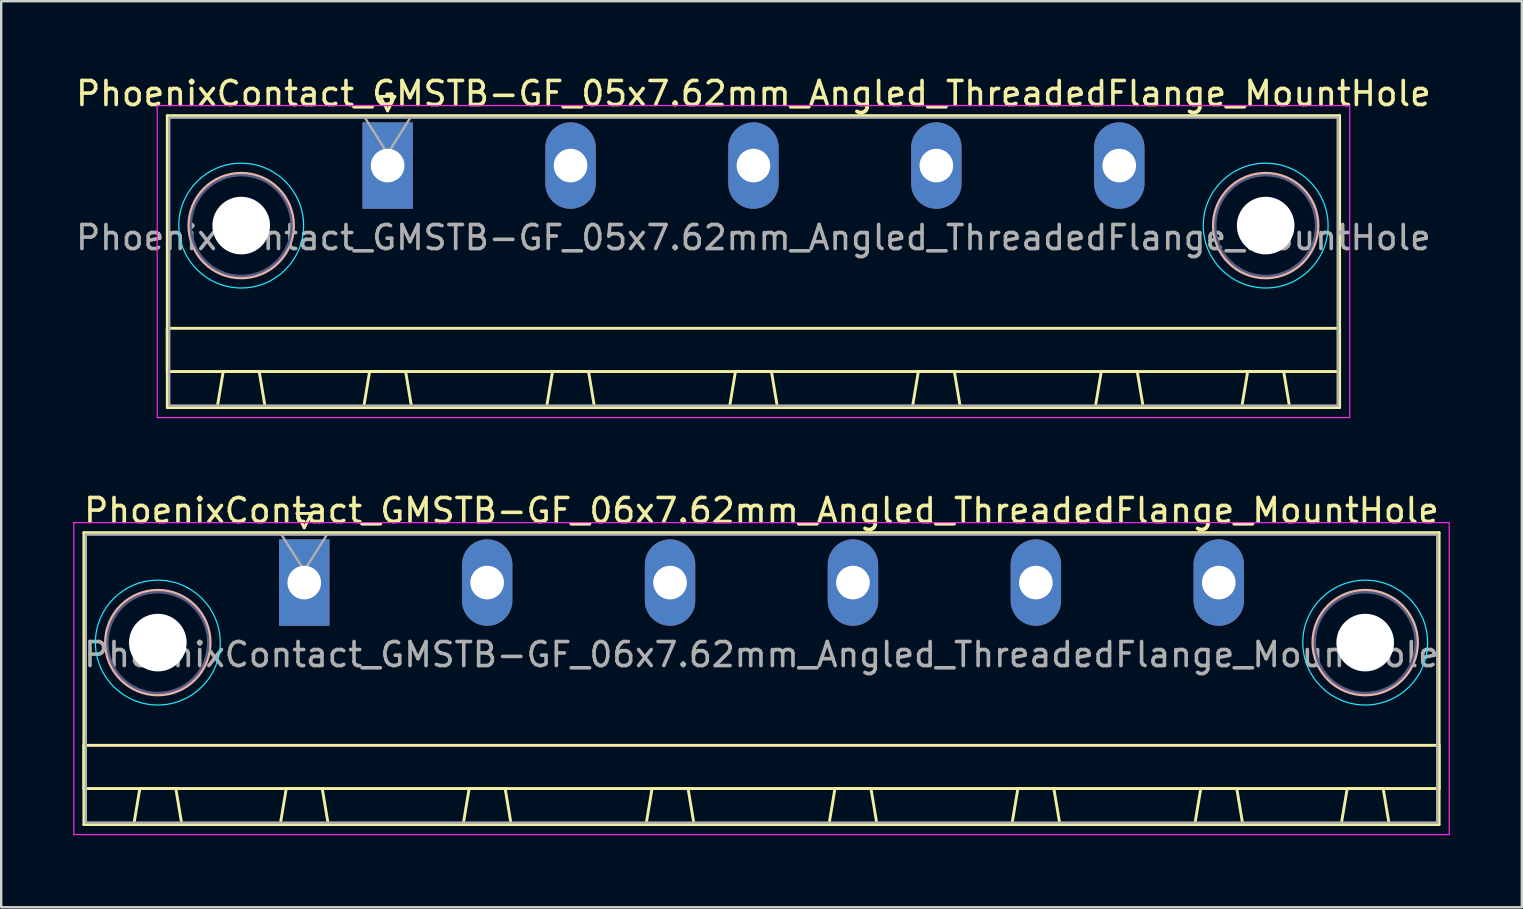
<source format=kicad_pcb>
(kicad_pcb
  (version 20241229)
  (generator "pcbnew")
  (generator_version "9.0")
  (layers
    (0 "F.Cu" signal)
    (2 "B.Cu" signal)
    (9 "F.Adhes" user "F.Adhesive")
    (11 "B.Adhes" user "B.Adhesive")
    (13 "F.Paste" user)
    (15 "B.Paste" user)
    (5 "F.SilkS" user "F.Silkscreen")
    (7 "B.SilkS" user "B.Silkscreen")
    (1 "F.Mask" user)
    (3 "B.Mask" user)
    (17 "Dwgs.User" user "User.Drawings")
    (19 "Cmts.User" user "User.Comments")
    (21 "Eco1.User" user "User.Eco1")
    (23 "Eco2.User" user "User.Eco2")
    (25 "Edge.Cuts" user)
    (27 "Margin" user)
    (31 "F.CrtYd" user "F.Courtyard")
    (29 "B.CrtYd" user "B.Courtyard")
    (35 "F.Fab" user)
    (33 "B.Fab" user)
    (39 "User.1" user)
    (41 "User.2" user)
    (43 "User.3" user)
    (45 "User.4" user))
  (footprint "PhoenixContact_GMSTB-GF_05x7.62mm_Angled_ThreadedFlange_MountHole"
    (layer "F.Cu")
    (at 13.099 3.848)
    (property "Reference" "PhoenixContact_GMSTB-GF_05x7.62mm_Angled_ThreadedFlange_MountHole" (at 15.24 -3 0) (layer "F.SilkS") (effects (font (size 1 1) (thickness 0.15))))
    (attr through_hole)
    (fp_line (start -9.18 -2.08) (end -9.18 10.08) (stroke (width 0.12) (type solid)) (layer "F.SilkS"))
    (fp_line (start -9.18 6.78) (end 39.66 6.78) (stroke (width 0.12) (type solid)) (layer "F.SilkS"))
    (fp_line (start -9.18 8.58) (end -9.18 6.78) (stroke (width 0.12) (type solid)) (layer "F.SilkS"))
    (fp_line (start -9.18 10.08) (end 39.66 10.08) (stroke (width 0.12) (type solid)) (layer "F.SilkS"))
    (fp_line (start -7.1 10.08) (end -5.1 10.08) (stroke (width 0.12) (type solid)) (layer "F.SilkS"))
    (fp_line (start -6.85 8.58) (end -7.1 10.08) (stroke (width 0.12) (type solid)) (layer "F.SilkS"))
    (fp_line (start -5.35 8.58) (end -6.85 8.58) (stroke (width 0.12) (type solid)) (layer "F.SilkS"))
    (fp_line (start -5.1 10.08) (end -5.35 8.58) (stroke (width 0.12) (type solid)) (layer "F.SilkS"))
    (fp_line (start -1 10.08) (end 1 10.08) (stroke (width 0.12) (type solid)) (layer "F.SilkS"))
    (fp_line (start -0.75 8.58) (end -1 10.08) (stroke (width 0.12) (type solid)) (layer "F.SilkS"))
    (fp_line (start -0.3 -2.88) (end 0.3 -2.88) (stroke (width 0.12) (type solid)) (layer "F.SilkS"))
    (fp_line (start 0 -2.28) (end -0.3 -2.88) (stroke (width 0.12) (type solid)) (layer "F.SilkS"))
    (fp_line (start 0.3 -2.88) (end 0 -2.28) (stroke (width 0.12) (type solid)) (layer "F.SilkS"))
    (fp_line (start 0.75 8.58) (end -0.75 8.58) (stroke (width 0.12) (type solid)) (layer "F.SilkS"))
    (fp_line (start 1 10.08) (end 0.75 8.58) (stroke (width 0.12) (type solid)) (layer "F.SilkS"))
    (fp_line (start 6.62 10.08) (end 8.62 10.08) (stroke (width 0.12) (type solid)) (layer "F.SilkS"))
    (fp_line (start 6.87 8.58) (end 6.62 10.08) (stroke (width 0.12) (type solid)) (layer "F.SilkS"))
    (fp_line (start 8.37 8.58) (end 6.87 8.58) (stroke (width 0.12) (type solid)) (layer "F.SilkS"))
    (fp_line (start 8.62 10.08) (end 8.37 8.58) (stroke (width 0.12) (type solid)) (layer "F.SilkS"))
    (fp_line (start 14.24 10.08) (end 16.24 10.08) (stroke (width 0.12) (type solid)) (layer "F.SilkS"))
    (fp_line (start 14.49 8.58) (end 14.24 10.08) (stroke (width 0.12) (type solid)) (layer "F.SilkS"))
    (fp_line (start 15.99 8.58) (end 14.49 8.58) (stroke (width 0.12) (type solid)) (layer "F.SilkS"))
    (fp_line (start 16.24 10.08) (end 15.99 8.58) (stroke (width 0.12) (type solid)) (layer "F.SilkS"))
    (fp_line (start 21.86 10.08) (end 23.86 10.08) (stroke (width 0.12) (type solid)) (layer "F.SilkS"))
    (fp_line (start 22.11 8.58) (end 21.86 10.08) (stroke (width 0.12) (type solid)) (layer "F.SilkS"))
    (fp_line (start 23.61 8.58) (end 22.11 8.58) (stroke (width 0.12) (type solid)) (layer "F.SilkS"))
    (fp_line (start 23.86 10.08) (end 23.61 8.58) (stroke (width 0.12) (type solid)) (layer "F.SilkS"))
    (fp_line (start 29.48 10.08) (end 31.48 10.08) (stroke (width 0.12) (type solid)) (layer "F.SilkS"))
    (fp_line (start 29.73 8.58) (end 29.48 10.08) (stroke (width 0.12) (type solid)) (layer "F.SilkS"))
    (fp_line (start 31.23 8.58) (end 29.73 8.58) (stroke (width 0.12) (type solid)) (layer "F.SilkS"))
    (fp_line (start 31.48 10.08) (end 31.23 8.58) (stroke (width 0.12) (type solid)) (layer "F.SilkS"))
    (fp_line (start 35.58 10.08) (end 37.58 10.08) (stroke (width 0.12) (type solid)) (layer "F.SilkS"))
    (fp_line (start 35.83 8.58) (end 35.58 10.08) (stroke (width 0.12) (type solid)) (layer "F.SilkS"))
    (fp_line (start 37.33 8.58) (end 35.83 8.58) (stroke (width 0.12) (type solid)) (layer "F.SilkS"))
    (fp_line (start 37.58 10.08) (end 37.33 8.58) (stroke (width 0.12) (type solid)) (layer "F.SilkS"))
    (fp_line (start 39.66 -2.08) (end -9.18 -2.08) (stroke (width 0.12) (type solid)) (layer "F.SilkS"))
    (fp_line (start 39.66 6.78) (end 39.66 8.58) (stroke (width 0.12) (type solid)) (layer "F.SilkS"))
    (fp_line (start 39.66 8.58) (end -9.18 8.58) (stroke (width 0.12) (type solid)) (layer "F.SilkS"))
    (fp_line (start 39.66 10.08) (end 39.66 -2.08) (stroke (width 0.12) (type solid)) (layer "F.SilkS"))
    (fp_circle (center -6.1 2.5) (end -3.92 2.5) (stroke (width 0.12) (type solid)) (fill no) (layer "B.SilkS"))
    (fp_circle (center 36.58 2.5) (end 38.76 2.5) (stroke (width 0.12) (type solid)) (fill no) (layer "B.SilkS"))
    (fp_circle (center -6.1 2.5) (end -3.5 2.5) (stroke (width 0.05) (type solid)) (fill no) (layer "B.CrtYd"))
    (fp_circle (center 36.58 2.5) (end 39.18 2.5) (stroke (width 0.05) (type solid)) (fill no) (layer "B.CrtYd"))
    (fp_line (start -9.6 -2.5) (end -9.6 10.5) (stroke (width 0.05) (type solid)) (layer "F.CrtYd"))
    (fp_line (start -9.6 10.5) (end 40.08 10.5) (stroke (width 0.05) (type solid)) (layer "F.CrtYd"))
    (fp_line (start 40.08 -2.5) (end -9.6 -2.5) (stroke (width 0.05) (type solid)) (layer "F.CrtYd"))
    (fp_line (start 40.08 10.5) (end 40.08 -2.5) (stroke (width 0.05) (type solid)) (layer "F.CrtYd"))
    (fp_circle (center -6.1 2.5) (end -4 2.5) (stroke (width 0.1) (type solid)) (fill no) (layer "B.Fab"))
    (fp_circle (center 36.58 2.5) (end 38.68 2.5) (stroke (width 0.1) (type solid)) (fill no) (layer "B.Fab"))
    (fp_line (start -9.1 -2) (end -9.1 10) (stroke (width 0.1) (type solid)) (layer "F.Fab"))
    (fp_line (start -9.1 10) (end 39.58 10) (stroke (width 0.1) (type solid)) (layer "F.Fab"))
    (fp_line (start 0 -0.5) (end -0.95 -2) (stroke (width 0.1) (type solid)) (layer "F.Fab"))
    (fp_line (start 0.95 -2) (end 0 -0.5) (stroke (width 0.1) (type solid)) (layer "F.Fab"))
    (fp_line (start 39.58 -2) (end -9.1 -2) (stroke (width 0.1) (type solid)) (layer "F.Fab"))
    (fp_line (start 39.58 10) (end 39.58 -2) (stroke (width 0.1) (type solid)) (layer "F.Fab"))
    (fp_text user "${REFERENCE}" (at 15.24 3 0) (layer "F.Fab") (effects (font (size 1 1) (thickness 0.15))))
    (pad "" np_thru_hole circle (at -6.1 2.5) (size 2.4 2.4) (drill 2.4) (layers "*.Cu" "*.Mask"))
    (pad "" np_thru_hole circle (at 36.58 2.5) (size 2.4 2.4) (drill 2.4) (layers "*.Cu" "*.Mask"))
    (pad "1" thru_hole rect (at 0 0) (size 2.1 3.6) (drill 1.4) (layers "*.Cu" "*.Mask"))
    (pad "2" thru_hole oval (at 7.62 0) (size 2.1 3.6) (drill 1.4) (layers "*.Cu" "*.Mask"))
    (pad "3" thru_hole oval (at 15.24 0) (size 2.1 3.6) (drill 1.4) (layers "*.Cu" "*.Mask"))
    (pad "4" thru_hole oval (at 22.86 0) (size 2.1 3.6) (drill 1.4) (layers "*.Cu" "*.Mask"))
    (pad "5" thru_hole oval (at 30.48 0) (size 2.1 3.6) (drill 1.4) (layers "*.Cu" "*.Mask")))
  (footprint "PhoenixContact_GMSTB-GF_06x7.62mm_Angled_ThreadedFlange_MountHole"
    (layer "F.Cu")
    (at 9.625 21.221)
    (property "Reference" "PhoenixContact_GMSTB-GF_06x7.62mm_Angled_ThreadedFlange_MountHole" (at 19.05 -3 0) (layer "F.SilkS") (effects (font (size 1 1) (thickness 0.15))))
    (attr through_hole)
    (fp_line (start -9.18 -2.08) (end -9.18 10.08) (stroke (width 0.12) (type solid)) (layer "F.SilkS"))
    (fp_line (start -9.18 6.78) (end 47.28 6.78) (stroke (width 0.12) (type solid)) (layer "F.SilkS"))
    (fp_line (start -9.18 8.58) (end -9.18 6.78) (stroke (width 0.12) (type solid)) (layer "F.SilkS"))
    (fp_line (start -9.18 10.08) (end 47.28 10.08) (stroke (width 0.12) (type solid)) (layer "F.SilkS"))
    (fp_line (start -7.1 10.08) (end -5.1 10.08) (stroke (width 0.12) (type solid)) (layer "F.SilkS"))
    (fp_line (start -6.85 8.58) (end -7.1 10.08) (stroke (width 0.12) (type solid)) (layer "F.SilkS"))
    (fp_line (start -5.35 8.58) (end -6.85 8.58) (stroke (width 0.12) (type solid)) (layer "F.SilkS"))
    (fp_line (start -5.1 10.08) (end -5.35 8.58) (stroke (width 0.12) (type solid)) (layer "F.SilkS"))
    (fp_line (start -1 10.08) (end 1 10.08) (stroke (width 0.12) (type solid)) (layer "F.SilkS"))
    (fp_line (start -0.75 8.58) (end -1 10.08) (stroke (width 0.12) (type solid)) (layer "F.SilkS"))
    (fp_line (start -0.3 -2.88) (end 0.3 -2.88) (stroke (width 0.12) (type solid)) (layer "F.SilkS"))
    (fp_line (start 0 -2.28) (end -0.3 -2.88) (stroke (width 0.12) (type solid)) (layer "F.SilkS"))
    (fp_line (start 0.3 -2.88) (end 0 -2.28) (stroke (width 0.12) (type solid)) (layer "F.SilkS"))
    (fp_line (start 0.75 8.58) (end -0.75 8.58) (stroke (width 0.12) (type solid)) (layer "F.SilkS"))
    (fp_line (start 1 10.08) (end 0.75 8.58) (stroke (width 0.12) (type solid)) (layer "F.SilkS"))
    (fp_line (start 6.62 10.08) (end 8.62 10.08) (stroke (width 0.12) (type solid)) (layer "F.SilkS"))
    (fp_line (start 6.87 8.58) (end 6.62 10.08) (stroke (width 0.12) (type solid)) (layer "F.SilkS"))
    (fp_line (start 8.37 8.58) (end 6.87 8.58) (stroke (width 0.12) (type solid)) (layer "F.SilkS"))
    (fp_line (start 8.62 10.08) (end 8.37 8.58) (stroke (width 0.12) (type solid)) (layer "F.SilkS"))
    (fp_line (start 14.24 10.08) (end 16.24 10.08) (stroke (width 0.12) (type solid)) (layer "F.SilkS"))
    (fp_line (start 14.49 8.58) (end 14.24 10.08) (stroke (width 0.12) (type solid)) (layer "F.SilkS"))
    (fp_line (start 15.99 8.58) (end 14.49 8.58) (stroke (width 0.12) (type solid)) (layer "F.SilkS"))
    (fp_line (start 16.24 10.08) (end 15.99 8.58) (stroke (width 0.12) (type solid)) (layer "F.SilkS"))
    (fp_line (start 21.86 10.08) (end 23.86 10.08) (stroke (width 0.12) (type solid)) (layer "F.SilkS"))
    (fp_line (start 22.11 8.58) (end 21.86 10.08) (stroke (width 0.12) (type solid)) (layer "F.SilkS"))
    (fp_line (start 23.61 8.58) (end 22.11 8.58) (stroke (width 0.12) (type solid)) (layer "F.SilkS"))
    (fp_line (start 23.86 10.08) (end 23.61 8.58) (stroke (width 0.12) (type solid)) (layer "F.SilkS"))
    (fp_line (start 29.48 10.08) (end 31.48 10.08) (stroke (width 0.12) (type solid)) (layer "F.SilkS"))
    (fp_line (start 29.73 8.58) (end 29.48 10.08) (stroke (width 0.12) (type solid)) (layer "F.SilkS"))
    (fp_line (start 31.23 8.58) (end 29.73 8.58) (stroke (width 0.12) (type solid)) (layer "F.SilkS"))
    (fp_line (start 31.48 10.08) (end 31.23 8.58) (stroke (width 0.12) (type solid)) (layer "F.SilkS"))
    (fp_line (start 37.1 10.08) (end 39.1 10.08) (stroke (width 0.12) (type solid)) (layer "F.SilkS"))
    (fp_line (start 37.35 8.58) (end 37.1 10.08) (stroke (width 0.12) (type solid)) (layer "F.SilkS"))
    (fp_line (start 38.85 8.58) (end 37.35 8.58) (stroke (width 0.12) (type solid)) (layer "F.SilkS"))
    (fp_line (start 39.1 10.08) (end 38.85 8.58) (stroke (width 0.12) (type solid)) (layer "F.SilkS"))
    (fp_line (start 43.2 10.08) (end 45.2 10.08) (stroke (width 0.12) (type solid)) (layer "F.SilkS"))
    (fp_line (start 43.45 8.58) (end 43.2 10.08) (stroke (width 0.12) (type solid)) (layer "F.SilkS"))
    (fp_line (start 44.95 8.58) (end 43.45 8.58) (stroke (width 0.12) (type solid)) (layer "F.SilkS"))
    (fp_line (start 45.2 10.08) (end 44.95 8.58) (stroke (width 0.12) (type solid)) (layer "F.SilkS"))
    (fp_line (start 47.28 -2.08) (end -9.18 -2.08) (stroke (width 0.12) (type solid)) (layer "F.SilkS"))
    (fp_line (start 47.28 6.78) (end 47.28 8.58) (stroke (width 0.12) (type solid)) (layer "F.SilkS"))
    (fp_line (start 47.28 8.58) (end -9.18 8.58) (stroke (width 0.12) (type solid)) (layer "F.SilkS"))
    (fp_line (start 47.28 10.08) (end 47.28 -2.08) (stroke (width 0.12) (type solid)) (layer "F.SilkS"))
    (fp_circle (center -6.1 2.5) (end -3.92 2.5) (stroke (width 0.12) (type solid)) (fill no) (layer "B.SilkS"))
    (fp_circle (center 44.2 2.5) (end 46.38 2.5) (stroke (width 0.12) (type solid)) (fill no) (layer "B.SilkS"))
    (fp_circle (center -6.1 2.5) (end -3.5 2.5) (stroke (width 0.05) (type solid)) (fill no) (layer "B.CrtYd"))
    (fp_circle (center 44.2 2.5) (end 46.8 2.5) (stroke (width 0.05) (type solid)) (fill no) (layer "B.CrtYd"))
    (fp_line (start -9.6 -2.5) (end -9.6 10.5) (stroke (width 0.05) (type solid)) (layer "F.CrtYd"))
    (fp_line (start -9.6 10.5) (end 47.7 10.5) (stroke (width 0.05) (type solid)) (layer "F.CrtYd"))
    (fp_line (start 47.7 -2.5) (end -9.6 -2.5) (stroke (width 0.05) (type solid)) (layer "F.CrtYd"))
    (fp_line (start 47.7 10.5) (end 47.7 -2.5) (stroke (width 0.05) (type solid)) (layer "F.CrtYd"))
    (fp_circle (center -6.1 2.5) (end -4 2.5) (stroke (width 0.1) (type solid)) (fill no) (layer "B.Fab"))
    (fp_circle (center 44.2 2.5) (end 46.3 2.5) (stroke (width 0.1) (type solid)) (fill no) (layer "B.Fab"))
    (fp_line (start -9.1 -2) (end -9.1 10) (stroke (width 0.1) (type solid)) (layer "F.Fab"))
    (fp_line (start -9.1 10) (end 47.2 10) (stroke (width 0.1) (type solid)) (layer "F.Fab"))
    (fp_line (start 0 -0.5) (end -0.95 -2) (stroke (width 0.1) (type solid)) (layer "F.Fab"))
    (fp_line (start 0.95 -2) (end 0 -0.5) (stroke (width 0.1) (type solid)) (layer "F.Fab"))
    (fp_line (start 47.2 -2) (end -9.1 -2) (stroke (width 0.1) (type solid)) (layer "F.Fab"))
    (fp_line (start 47.2 10) (end 47.2 -2) (stroke (width 0.1) (type solid)) (layer "F.Fab"))
    (fp_text user "${REFERENCE}" (at 19.05 3 0) (layer "F.Fab") (effects (font (size 1 1) (thickness 0.15))))
    (pad "" np_thru_hole circle (at -6.1 2.5) (size 2.4 2.4) (drill 2.4) (layers "*.Cu" "*.Mask"))
    (pad "" np_thru_hole circle (at 44.2 2.5) (size 2.4 2.4) (drill 2.4) (layers "*.Cu" "*.Mask"))
    (pad "1" thru_hole rect (at 0 0) (size 2.1 3.6) (drill 1.4) (layers "*.Cu" "*.Mask"))
    (pad "2" thru_hole oval (at 7.62 0) (size 2.1 3.6) (drill 1.4) (layers "*.Cu" "*.Mask"))
    (pad "3" thru_hole oval (at 15.24 0) (size 2.1 3.6) (drill 1.4) (layers "*.Cu" "*.Mask"))
    (pad "4" thru_hole oval (at 22.86 0) (size 2.1 3.6) (drill 1.4) (layers "*.Cu" "*.Mask"))
    (pad "5" thru_hole oval (at 30.48 0) (size 2.1 3.6) (drill 1.4) (layers "*.Cu" "*.Mask"))
    (pad "6" thru_hole oval (at 38.1 0) (size 2.1 3.6) (drill 1.4) (layers "*.Cu" "*.Mask")))
  (gr_rect
    (start -3 -3)
    (end 60.35 34.746)
    (stroke (width 0.1) (type default))
    (fill no)
    (layer "Edge.Cuts")))
</source>
